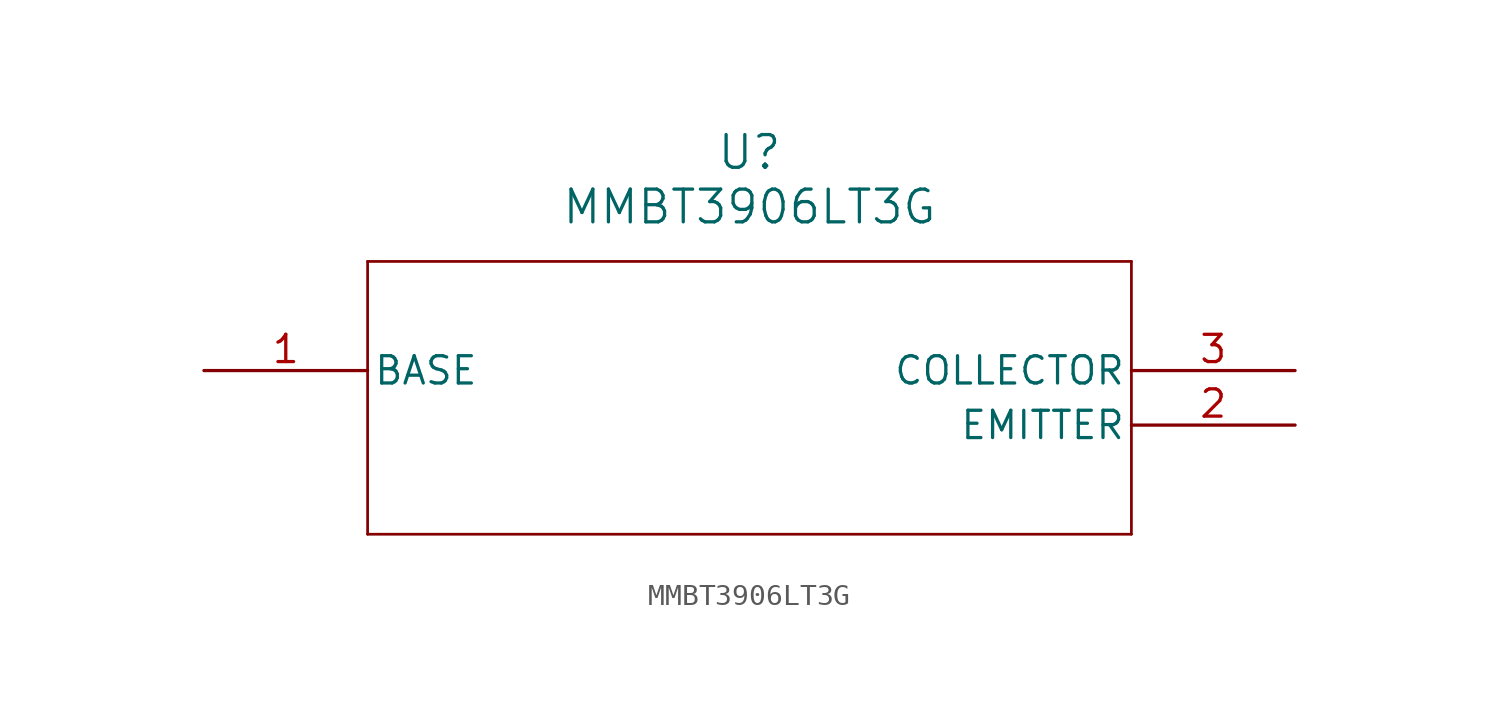
<source format=kicad_sym>
(kicad_symbol_lib
  (version 20211014)
  (generator kicad_symbol_editor)
  (symbol "MMBT3906LT3G"
    (pin_names
      (offset 0.254))
    (property "Reference" "U"
      (at 25.4 10.16 0)
      (effects (font (size 1.524 1.524))))
    (property "Value" "MMBT3906LT3G"
      (at 25.4 7.62 0)
      (effects (font (size 1.524 1.524))))
    (polyline
      (pts (xy 7.62 5.08) (xy 7.62 -7.62))
      (stroke (width 0.127) (type default) (color 0 0 0 0))
      (fill (type none)))
    (polyline
      (pts (xy 7.62 -7.62) (xy 43.18 -7.62))
      (stroke (width 0.127) (type default) (color 0 0 0 0))
      (fill (type none)))
    (polyline
      (pts (xy 43.18 -7.62) (xy 43.18 5.08))
      (stroke (width 0.127) (type default) (color 0 0 0 0))
      (fill (type none)))
    (polyline
      (pts (xy 43.18 5.08) (xy 7.62 5.08))
      (stroke (width 0.127) (type default) (color 0 0 0 0))
      (fill (type none)))
    (pin unspecified line
      (at 0 0 0)
      (length 7.62)
      (name "BASE" (effects (font (size 1.27 1.27))))
      (number "1" (effects (font (size 1.27 1.27)))))
    (pin unspecified line
      (at 50.8 -2.54 180)
      (length 7.62)
      (name "EMITTER" (effects (font (size 1.27 1.27))))
      (number "2" (effects (font (size 1.27 1.27)))))
    (pin unspecified line
      (at 50.8 0 180)
      (length 7.62)
      (name "COLLECTOR" (effects (font (size 1.27 1.27))))
      (number "3" (effects (font (size 1.27 1.27)))))))
</source>
